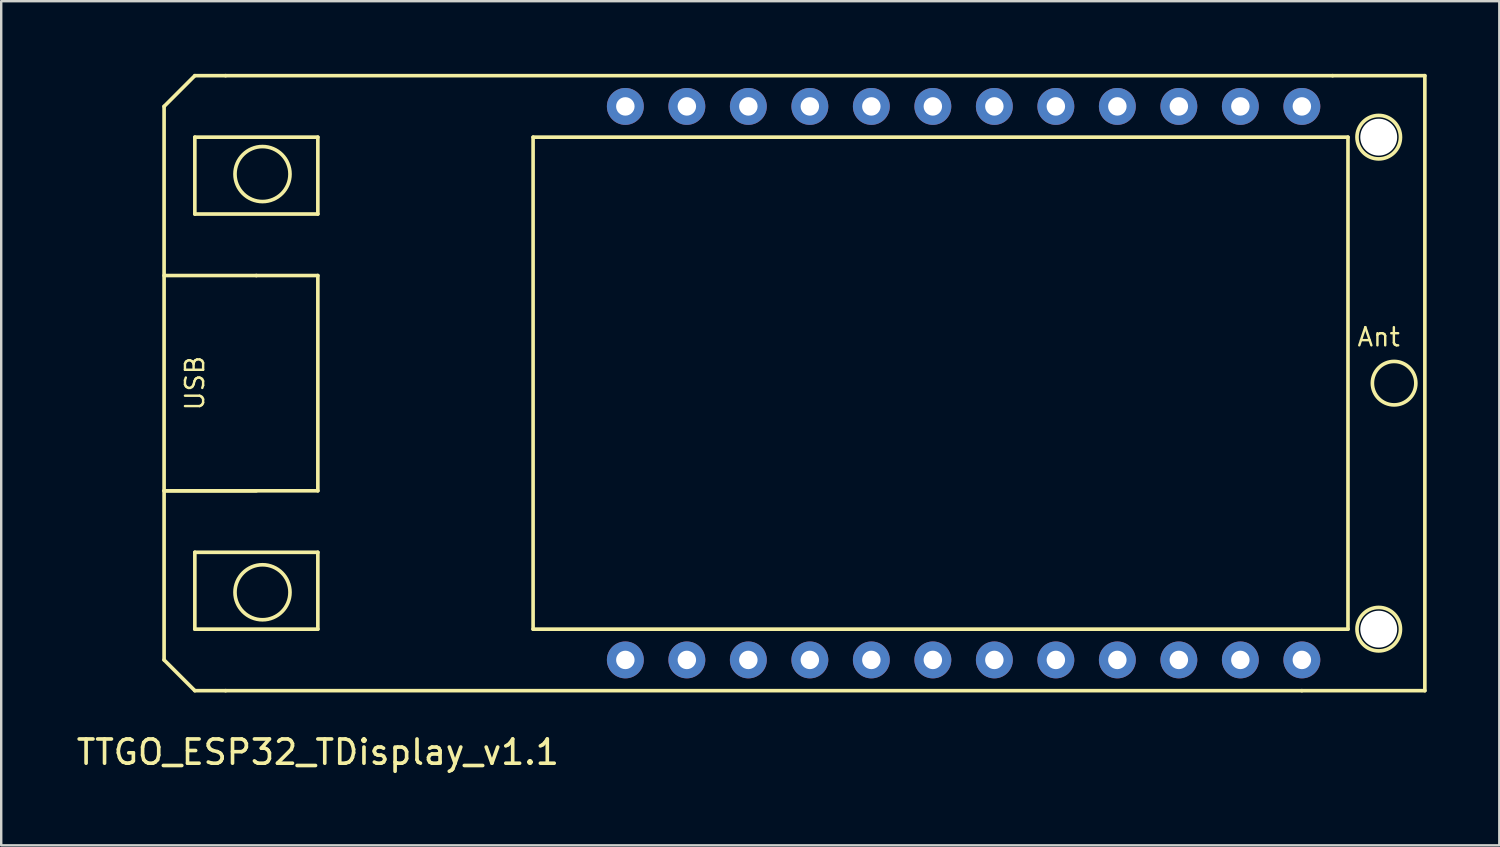
<source format=kicad_pcb>
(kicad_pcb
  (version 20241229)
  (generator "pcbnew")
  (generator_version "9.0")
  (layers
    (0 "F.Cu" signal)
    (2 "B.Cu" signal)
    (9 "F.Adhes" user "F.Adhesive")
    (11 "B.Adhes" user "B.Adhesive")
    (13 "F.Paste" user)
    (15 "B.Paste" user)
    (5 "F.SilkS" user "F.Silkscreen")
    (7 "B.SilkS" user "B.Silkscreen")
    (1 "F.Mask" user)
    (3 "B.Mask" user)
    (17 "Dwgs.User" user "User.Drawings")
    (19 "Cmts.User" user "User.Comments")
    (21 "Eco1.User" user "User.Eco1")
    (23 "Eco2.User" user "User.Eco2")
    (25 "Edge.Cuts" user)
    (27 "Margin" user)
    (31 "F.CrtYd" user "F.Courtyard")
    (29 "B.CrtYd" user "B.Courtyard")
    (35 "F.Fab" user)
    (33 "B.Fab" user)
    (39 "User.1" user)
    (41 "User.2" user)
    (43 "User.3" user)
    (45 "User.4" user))
  (footprint "TTGO_ESP32_TDisplay_v1.1"
    (layer "F.Cu")
    (at 6.267 25.475)
    (property "Reference" "TTGO_ESP32_TDisplay_v1.1" (at 3.81 2.54 0) (layer "F.SilkS") (effects (font (size 1 1) (thickness 0.15))))
    (attr through_hole)
    (fp_line (start -2.54 -24.13) (end -1.27 -25.4) (stroke (width 0.15) (type solid)) (layer "F.SilkS"))
    (fp_line (start -2.54 -8.255) (end 1.27 -8.255) (stroke (width 0.15) (type solid)) (layer "F.SilkS"))
    (fp_line (start -2.54 -1.27) (end -2.54 -24.13) (stroke (width 0.15) (type solid)) (layer "F.SilkS"))
    (fp_line (start -1.27 -25.4) (end 0 -25.4) (stroke (width 0.15) (type solid)) (layer "F.SilkS"))
    (fp_line (start -1.27 -22.86) (end 3.81 -22.86) (stroke (width 0.15) (type solid)) (layer "F.SilkS"))
    (fp_line (start -1.27 -19.685) (end -1.27 -22.86) (stroke (width 0.15) (type solid)) (layer "F.SilkS"))
    (fp_line (start -1.27 -5.715) (end 3.81 -5.715) (stroke (width 0.15) (type solid)) (layer "F.SilkS"))
    (fp_line (start -1.27 -2.54) (end -1.27 -5.715) (stroke (width 0.15) (type solid)) (layer "F.SilkS"))
    (fp_line (start -1.27 0) (end -2.54 -1.27) (stroke (width 0.15) (type solid)) (layer "F.SilkS"))
    (fp_line (start 0 0) (end -1.27 0) (stroke (width 0.15) (type solid)) (layer "F.SilkS"))
    (fp_line (start 1.27 -17.145) (end -2.54 -17.145) (stroke (width 0.15) (type solid)) (layer "F.SilkS"))
    (fp_line (start 1.27 -17.145) (end 3.81 -17.145) (stroke (width 0.15) (type solid)) (layer "F.SilkS"))
    (fp_line (start 3.81 -22.86) (end 3.81 -19.685) (stroke (width 0.15) (type solid)) (layer "F.SilkS"))
    (fp_line (start 3.81 -19.685) (end -1.27 -19.685) (stroke (width 0.15) (type solid)) (layer "F.SilkS"))
    (fp_line (start 3.81 -17.145) (end 3.81 -8.255) (stroke (width 0.15) (type solid)) (layer "F.SilkS"))
    (fp_line (start 3.81 -8.255) (end -2.54 -8.255) (stroke (width 0.15) (type solid)) (layer "F.SilkS"))
    (fp_line (start 3.81 -5.715) (end 3.81 -2.54) (stroke (width 0.15) (type solid)) (layer "F.SilkS"))
    (fp_line (start 3.81 -2.54) (end -1.27 -2.54) (stroke (width 0.15) (type solid)) (layer "F.SilkS"))
    (fp_line (start 12.7 -22.86) (end 46.355 -22.86) (stroke (width 0.15) (type solid)) (layer "F.SilkS"))
    (fp_line (start 12.7 -2.54) (end 12.7 -22.86) (stroke (width 0.15) (type solid)) (layer "F.SilkS"))
    (fp_line (start 44.45 0) (end 0 0) (stroke (width 0.15) (type solid)) (layer "F.SilkS"))
    (fp_line (start 45.72 -25.4) (end 0 -25.4) (stroke (width 0.15) (type solid)) (layer "F.SilkS"))
    (fp_line (start 46.355 -22.86) (end 46.355 -2.54) (stroke (width 0.15) (type solid)) (layer "F.SilkS"))
    (fp_line (start 46.355 -2.54) (end 12.7 -2.54) (stroke (width 0.15) (type solid)) (layer "F.SilkS"))
    (fp_line (start 49.53 -25.4) (end 45.72 -25.4) (stroke (width 0.15) (type solid)) (layer "F.SilkS"))
    (fp_line (start 49.53 -25.4) (end 49.53 0) (stroke (width 0.15) (type solid)) (layer "F.SilkS"))
    (fp_line (start 49.53 0) (end 44.45 0) (stroke (width 0.15) (type solid)) (layer "F.SilkS"))
    (fp_circle (center 1.524 -21.336) (end 2.54 -21.844) (stroke (width 0.15) (type solid)) (fill no) (layer "F.SilkS"))
    (fp_circle (center 1.524 -4.064) (end 2.54 -4.572) (stroke (width 0.15) (type solid)) (fill no) (layer "F.SilkS"))
    (fp_circle (center 47.625 -22.86) (end 48.26 -23.495) (stroke (width 0.15) (type solid)) (fill no) (layer "F.SilkS"))
    (fp_circle (center 47.625 -2.54) (end 48.26 -3.175) (stroke (width 0.15) (type solid)) (fill no) (layer "F.SilkS"))
    (fp_circle (center 48.26 -12.7) (end 48.895 -13.335) (stroke (width 0.15) (type solid)) (fill no) (layer "F.SilkS"))
    (fp_text user "USB" (at -1.27 -12.7 90) (layer "F.SilkS") (effects (font (size 0.75 0.75) (thickness 0.1))))
    (fp_text user "Ant" (at 47.625 -14.605 0) (layer "F.SilkS") (effects (font (size 0.75 0.75) (thickness 0.1))))
    (pad "" np_thru_hole circle (at 47.625 -22.86) (size 1.524 1.524) (drill 1.524) (layers "*.Cu" "*.Mask"))
    (pad "" np_thru_hole circle (at 47.625 -2.54) (size 1.524 1.524) (drill 1.524) (layers "*.Cu" "*.Mask"))
    (pad "1" thru_hole circle (at 16.51 -1.27) (size 1.524 1.524) (drill 0.762) (layers "*.Cu" "*.Mask"))
    (pad "2" thru_hole circle (at 19.05 -1.27) (size 1.524 1.524) (drill 0.762) (layers "*.Cu" "*.Mask"))
    (pad "3" thru_hole circle (at 21.59 -1.27) (size 1.524 1.524) (drill 0.762) (layers "*.Cu" "*.Mask"))
    (pad "4" thru_hole circle (at 24.13 -1.27) (size 1.524 1.524) (drill 0.762) (layers "*.Cu" "*.Mask"))
    (pad "5" thru_hole circle (at 26.67 -1.27) (size 1.524 1.524) (drill 0.762) (layers "*.Cu" "*.Mask"))
    (pad "6" thru_hole circle (at 29.21 -1.27) (size 1.524 1.524) (drill 0.762) (layers "*.Cu" "*.Mask"))
    (pad "7" thru_hole circle (at 31.75 -1.27) (size 1.524 1.524) (drill 0.762) (layers "*.Cu" "*.Mask"))
    (pad "8" thru_hole circle (at 34.29 -1.27) (size 1.524 1.524) (drill 0.762) (layers "*.Cu" "*.Mask"))
    (pad "9" thru_hole circle (at 36.83 -1.27) (size 1.524 1.524) (drill 0.762) (layers "*.Cu" "*.Mask"))
    (pad "10" thru_hole circle (at 39.37 -1.27) (size 1.524 1.524) (drill 0.762) (layers "*.Cu" "*.Mask"))
    (pad "11" thru_hole circle (at 41.91 -1.27) (size 1.524 1.524) (drill 0.762) (layers "*.Cu" "*.Mask"))
    (pad "12" thru_hole circle (at 44.45 -1.27) (size 1.524 1.524) (drill 0.762) (layers "*.Cu" "*.Mask"))
    (pad "13" thru_hole circle (at 44.45 -24.13) (size 1.524 1.524) (drill 0.762) (layers "*.Cu" "*.Mask"))
    (pad "14" thru_hole circle (at 41.91 -24.13) (size 1.524 1.524) (drill 0.762) (layers "*.Cu" "*.Mask"))
    (pad "15" thru_hole circle (at 39.37 -24.13) (size 1.524 1.524) (drill 0.762) (layers "*.Cu" "*.Mask"))
    (pad "16" thru_hole circle (at 36.83 -24.13) (size 1.524 1.524) (drill 0.762) (layers "*.Cu" "*.Mask"))
    (pad "17" thru_hole circle (at 34.29 -24.13) (size 1.524 1.524) (drill 0.762) (layers "*.Cu" "*.Mask"))
    (pad "18" thru_hole circle (at 31.75 -24.13) (size 1.524 1.524) (drill 0.762) (layers "*.Cu" "*.Mask"))
    (pad "19" thru_hole circle (at 29.21 -24.13) (size 1.524 1.524) (drill 0.762) (layers "*.Cu" "*.Mask"))
    (pad "20" thru_hole circle (at 26.67 -24.13) (size 1.524 1.524) (drill 0.762) (layers "*.Cu" "*.Mask"))
    (pad "21" thru_hole circle (at 24.13 -24.13) (size 1.524 1.524) (drill 0.762) (layers "*.Cu" "*.Mask"))
    (pad "22" thru_hole circle (at 21.59 -24.13) (size 1.524 1.524) (drill 0.762) (layers "*.Cu" "*.Mask"))
    (pad "23" thru_hole circle (at 19.05 -24.13) (size 1.524 1.524) (drill 0.762) (layers "*.Cu" "*.Mask"))
    (pad "24" thru_hole circle (at 16.51 -24.13) (size 1.524 1.524) (drill 0.762) (layers "*.Cu" "*.Mask")))
  (gr_rect
    (start -3 -3)
    (end 58.872 31.863)
    (stroke (width 0.1) (type default))
    (fill no)
    (layer "Edge.Cuts")))
</source>
